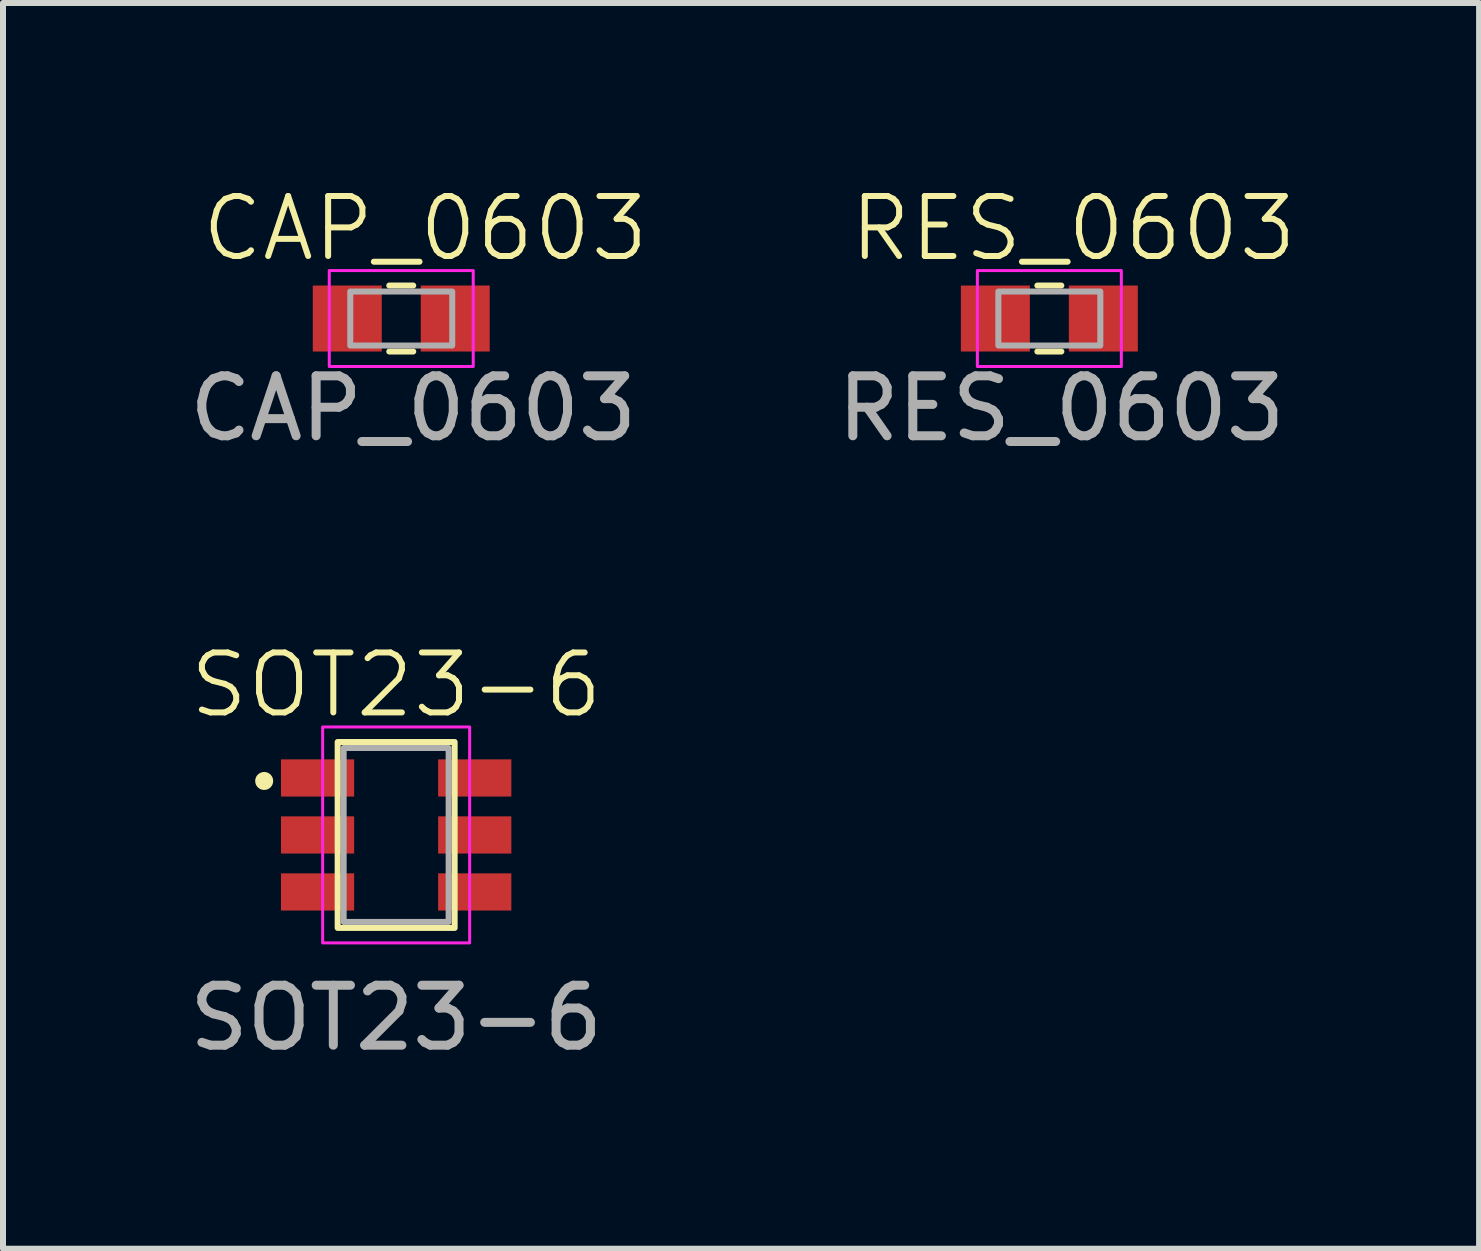
<source format=kicad_pcb>
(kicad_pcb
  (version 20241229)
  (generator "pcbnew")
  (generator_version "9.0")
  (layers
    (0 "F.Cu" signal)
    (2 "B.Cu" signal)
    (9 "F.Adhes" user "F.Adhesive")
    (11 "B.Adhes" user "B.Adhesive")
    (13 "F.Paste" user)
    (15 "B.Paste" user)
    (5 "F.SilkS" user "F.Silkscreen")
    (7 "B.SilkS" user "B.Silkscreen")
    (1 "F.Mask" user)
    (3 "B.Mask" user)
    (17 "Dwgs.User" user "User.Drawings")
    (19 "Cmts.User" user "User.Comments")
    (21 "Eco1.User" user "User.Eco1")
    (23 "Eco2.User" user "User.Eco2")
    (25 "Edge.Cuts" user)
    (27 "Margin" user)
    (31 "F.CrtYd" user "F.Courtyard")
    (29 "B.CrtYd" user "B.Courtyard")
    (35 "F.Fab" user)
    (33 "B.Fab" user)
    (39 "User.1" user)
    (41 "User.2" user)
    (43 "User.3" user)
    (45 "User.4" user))
  (footprint "RES_0603"
    (layer "F.Cu")
    (at 14.443 2.26)
    (property "Reference" "RES_0603" (at 0.4 -1.5 0) (unlocked yes) (layer "F.SilkS") (effects (font (size 1 1) (thickness 0.1))))
    (attr smd)
    (fp_line (start -0.2 -0.55) (end 0.2 -0.55) (stroke (width 0.1) (type solid)) (layer "F.SilkS"))
    (fp_line (start -0.2 0.55) (end 0.2 0.55) (stroke (width 0.1) (type solid)) (layer "F.SilkS"))
    (fp_rect (start -1.2 -0.8) (end 1.2 0.8) (stroke (width 0.05) (type solid)) (fill no) (layer "F.CrtYd"))
    (fp_rect (start -0.85 -0.45) (end 0.85 0.45) (stroke (width 0.1) (type solid)) (fill no) (layer "F.Fab"))
    (fp_text user "${REFERENCE}" (at 0.2 1.5 0) (unlocked yes) (layer "F.Fab") (effects (font (size 1 1) (thickness 0.15))))
    (pad "1" smd rect (at -0.9 0) (size 1.15 1.1) (layers "F.Cu" "F.Mask" "F.Paste"))
    (pad "2" smd rect (at 0.9 0) (size 1.15 1.1) (layers "F.Cu" "F.Mask" "F.Paste")))
  (footprint "CAP_0603"
    (layer "F.Cu")
    (at 3.639 2.26)
    (property "Reference" "CAP_0603" (at 0.4 -1.5 0) (unlocked yes) (layer "F.SilkS") (effects (font (size 1 1) (thickness 0.1))))
    (attr smd)
    (fp_line (start -0.2 -0.55) (end 0.2 -0.55) (stroke (width 0.1) (type solid)) (layer "F.SilkS"))
    (fp_line (start -0.2 0.55) (end 0.2 0.55) (stroke (width 0.1) (type solid)) (layer "F.SilkS"))
    (fp_rect (start -1.2 -0.8) (end 1.2 0.8) (stroke (width 0.05) (type solid)) (fill no) (layer "F.CrtYd"))
    (fp_rect (start -0.85 -0.45) (end 0.85 0.45) (stroke (width 0.1) (type solid)) (fill no) (layer "F.Fab"))
    (fp_text user "${REFERENCE}" (at 0.2 1.5 0) (unlocked yes) (layer "F.Fab") (effects (font (size 1 1) (thickness 0.15))))
    (pad "1" smd rect (at -0.9 0) (size 1.15 1.1) (layers "F.Cu" "F.Mask" "F.Paste"))
    (pad "2" smd rect (at 0.9 0) (size 1.15 1.1) (layers "F.Cu" "F.Mask" "F.Paste")))
  (footprint "SOT23-6"
    (layer "F.Cu")
    (at 3.554 10.869)
    (property "Reference" "SOT23-6" (at 0 -2.5 0) (unlocked yes) (layer "F.SilkS") (effects (font (size 1 1) (thickness 0.1))))
    (attr smd)
    (fp_rect (start -0.975 -1.55) (end 0.975 1.55) (stroke (width 0.1) (type solid)) (fill no) (layer "F.SilkS"))
    (fp_circle (center -2.2 -0.9) (end -2.3 -0.9) (stroke (width 0.1) (type solid)) (fill yes) (layer "F.SilkS"))
    (fp_rect (start -1.225 -1.8) (end 1.225 1.8) (stroke (width 0.05) (type solid)) (fill no) (layer "F.CrtYd"))
    (fp_rect (start -0.875 -1.45) (end 0.875 1.45) (stroke (width 0.1) (type solid)) (fill no) (layer "F.Fab"))
    (fp_text user "${REFERENCE}" (at 0 3.05 0) (unlocked yes) (layer "F.Fab") (effects (font (size 1 1) (thickness 0.15))))
    (pad "1" smd rect (at -1.31 -0.95) (size 1.22 0.62) (layers "F.Cu" "F.Mask" "F.Paste"))
    (pad "2" smd rect (at -1.31 0) (size 1.22 0.62) (layers "F.Cu" "F.Mask" "F.Paste"))
    (pad "3" smd rect (at -1.31 0.95) (size 1.22 0.62) (layers "F.Cu" "F.Mask" "F.Paste"))
    (pad "4" smd rect (at 1.31 0.95) (size 1.22 0.62) (layers "F.Cu" "F.Mask" "F.Paste"))
    (pad "5" smd rect (at 1.31 0) (size 1.22 0.62) (layers "F.Cu" "F.Mask" "F.Paste"))
    (pad "6" smd rect (at 1.31 -0.95) (size 1.22 0.62) (layers "F.Cu" "F.Mask" "F.Paste")))
  (gr_rect
    (start -3 -3)
    (end 21.607 17.767)
    (stroke (width 0.1) (type default))
    (fill no)
    (layer "Edge.Cuts")))
</source>
